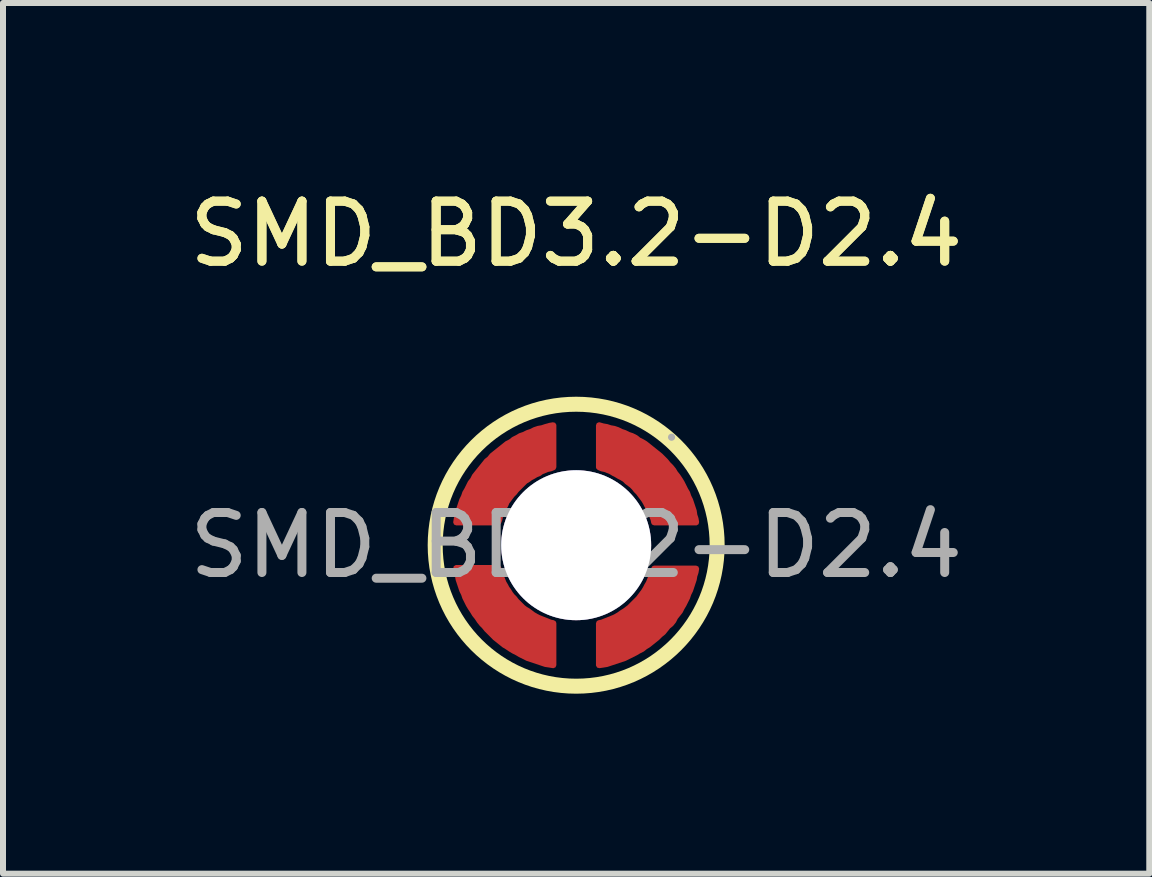
<source format=kicad_pcb>
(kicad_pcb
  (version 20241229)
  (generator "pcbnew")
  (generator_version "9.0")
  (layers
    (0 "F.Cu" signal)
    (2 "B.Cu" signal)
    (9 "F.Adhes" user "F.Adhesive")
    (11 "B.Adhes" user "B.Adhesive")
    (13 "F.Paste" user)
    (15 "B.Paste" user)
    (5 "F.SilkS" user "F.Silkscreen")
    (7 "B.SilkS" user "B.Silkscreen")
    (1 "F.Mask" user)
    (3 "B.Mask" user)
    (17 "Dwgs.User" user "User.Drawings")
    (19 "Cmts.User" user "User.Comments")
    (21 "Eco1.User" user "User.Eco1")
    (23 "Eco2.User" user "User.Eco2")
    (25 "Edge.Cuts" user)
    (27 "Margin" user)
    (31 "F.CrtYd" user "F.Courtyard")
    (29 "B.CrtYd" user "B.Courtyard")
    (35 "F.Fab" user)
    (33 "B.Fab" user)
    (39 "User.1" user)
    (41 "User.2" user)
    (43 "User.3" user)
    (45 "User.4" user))
  (footprint "SMD_BD3.2-D2.4"
    (layer "F.Cu")
    (at 6.554 6.038)
    (property "Reference" "SMD_BD3.2-D2.4" (at 0 -5.19 0) (layer "F.SilkS") (effects (font (size 1 1) (thickness 0.15))))
    (attr smd)
    (fp_circle (center 0 0) (end 2.35 0) (stroke (width 0.25) (type solid)) (fill no) (layer "F.SilkS"))
    (fp_circle (center 0 0) (end 0.6 0) (stroke (width 1.2) (type solid)) (fill no) (layer "Cmts.User"))
    (fp_circle (center 1.59 -1.8) (end 1.62 -1.8) (stroke (width 0.06) (type solid)) (fill no) (layer "F.Fab"))
    (fp_text user "${REFERENCE}" (at 0 -5.19 0) (layer "F.SilkS") (effects (font (size 1 1) (thickness 0.15))))
    (fp_text user "${REFERENCE}" (at 0 0 0) (layer "F.Fab") (effects (font (size 1 1) (thickness 0.15))))
    (pad "" thru_hole circle (at 0 0) (size 2.5 2.5) (drill 2.5) (layers "*.Cu" "*.Mask"))
    (pad "1" smd custom (at -1.19 1.16) (size 0.01 0.01) (layers "F.Cu" "F.Mask" "F.Paste") (options (anchor circle)) (primitives (gr_poly (pts (xy -0.11 -0.78) (xy -0.09 -0.72) (xy -0.08 -0.68) (xy -0.06 -0.63) (xy -0.04 -0.58) (xy -0.02 -0.53) (xy 0.01 -0.48) (xy 0.03 -0.44) (xy 0.06 -0.4) (xy 0.09 -0.35) (xy 0.12 -0.31) (xy 0.16 -0.27) (xy 0.19 -0.23) (xy 0.23 -0.19) (xy 0.26 -0.16) (xy 0.3 -0.12) (xy 0.34 -0.09) (xy 0.39 -0.06) (xy 0.43 -0.03) (xy 0.47 0) (xy 0.52 0.03) (xy 0.56 0.05) (xy 0.61 0.07) (xy 0.66 0.09) (xy 0.71 0.11) (xy 0.76 0.13) (xy 0.81 0.14) (xy 0.81 0.84) (xy 0.75 0.83) (xy 0.68 0.82) (xy 0.62 0.8) (xy 0.56 0.78) (xy 0.5 0.76) (xy 0.44 0.74) (xy 0.38 0.72) (xy 0.32 0.69) (xy 0.26 0.66) (xy 0.21 0.63) (xy 0.15 0.6) (xy 0.1 0.57) (xy 0.04 0.53) (xy -0.01 0.5) (xy -0.06 0.46) (xy -0.11 0.42) (xy -0.16 0.38) (xy -0.21 0.33) (xy -0.25 0.29) (xy -0.3 0.24) (xy -0.34 0.19) (xy -0.38 0.15) (xy -0.42 0.1) (xy -0.46 0.04) (xy -0.5 -0.01) (xy -0.53 -0.06) (xy -0.57 -0.12) (xy -0.6 -0.17) (xy -0.63 -0.23) (xy -0.66 -0.29) (xy -0.68 -0.35) (xy -0.71 -0.41) (xy -0.73 -0.47) (xy -0.75 -0.53) (xy -0.77 -0.59) (xy -0.78 -0.65) (xy -0.8 -0.71) (xy -0.81 -0.78) (xy -0.11 -0.78)) (width 0.1) (fill yes))))
    (pad "1" smd custom (at -1.16 -1.19) (size 0.01 0.01) (layers "F.Cu" "F.Mask" "F.Paste") (options (anchor circle)) (primitives (gr_poly (pts (xy 0.78 -0.11) (xy 0.73 -0.09) (xy 0.68 -0.08) (xy 0.63 -0.06) (xy 0.58 -0.04) (xy 0.54 -0.01) (xy 0.49 0.01) (xy 0.44 0.04) (xy 0.4 0.06) (xy 0.36 0.09) (xy 0.31 0.12) (xy 0.27 0.16) (xy 0.24 0.19) (xy 0.2 0.23) (xy 0.16 0.27) (xy 0.13 0.31) (xy 0.09 0.35) (xy 0.06 0.39) (xy 0.03 0.43) (xy 0 0.47) (xy -0.02 0.52) (xy -0.05 0.57) (xy -0.07 0.61) (xy -0.09 0.66) (xy -0.11 0.71) (xy -0.12 0.76) (xy -0.14 0.81) (xy -0.84 0.81) (xy -0.83 0.75) (xy -0.81 0.69) (xy -0.8 0.62) (xy -0.78 0.56) (xy -0.76 0.5) (xy -0.74 0.44) (xy -0.71 0.38) (xy -0.69 0.32) (xy -0.66 0.27) (xy -0.63 0.21) (xy -0.6 0.15) (xy -0.56 0.1) (xy -0.53 0.04) (xy -0.49 -0.01) (xy -0.45 -0.06) (xy -0.41 -0.11) (xy -0.37 -0.16) (xy -0.33 -0.21) (xy -0.28 -0.25) (xy -0.24 -0.3) (xy -0.19 -0.34) (xy -0.14 -0.38) (xy -0.09 -0.42) (xy -0.04 -0.46) (xy 0.01 -0.5) (xy 0.07 -0.53) (xy 0.12 -0.57) (xy 0.18 -0.6) (xy 0.23 -0.63) (xy 0.29 -0.65) (xy 0.35 -0.68) (xy 0.41 -0.7) (xy 0.47 -0.73) (xy 0.53 -0.75) (xy 0.59 -0.76) (xy 0.65 -0.78) (xy 0.72 -0.8) (xy 0.78 -0.81) (xy 0.78 -0.11)) (width 0.1) (fill yes))))
    (pad "1" smd custom (at 1.16 1.19) (size 0.01 0.01) (layers "F.Cu" "F.Mask" "F.Paste") (options (anchor circle)) (primitives (gr_poly (pts (xy -0.78 0.11) (xy -0.73 0.1) (xy -0.68 0.08) (xy -0.63 0.06) (xy -0.58 0.04) (xy -0.53 0.02) (xy -0.49 0) (xy -0.44 -0.03) (xy -0.4 -0.06) (xy -0.35 -0.09) (xy -0.31 -0.12) (xy -0.27 -0.15) (xy -0.23 -0.19) (xy -0.2 -0.22) (xy -0.16 -0.26) (xy -0.12 -0.3) (xy -0.09 -0.34) (xy -0.06 -0.38) (xy -0.03 -0.42) (xy 0 -0.47) (xy 0.02 -0.51) (xy 0.05 -0.56) (xy 0.07 -0.61) (xy 0.09 -0.66) (xy 0.11 -0.7) (xy 0.13 -0.75) (xy 0.14 -0.8) (xy 0.84 -0.8) (xy 0.83 -0.74) (xy 0.81 -0.68) (xy 0.8 -0.62) (xy 0.78 -0.56) (xy 0.76 -0.5) (xy 0.74 -0.44) (xy 0.71 -0.38) (xy 0.69 -0.32) (xy 0.66 -0.26) (xy 0.63 -0.2) (xy 0.6 -0.15) (xy 0.57 -0.09) (xy 0.53 -0.04) (xy 0.49 0.01) (xy 0.46 0.07) (xy 0.42 0.12) (xy 0.37 0.16) (xy 0.33 0.21) (xy 0.29 0.26) (xy 0.24 0.3) (xy 0.19 0.35) (xy 0.14 0.39) (xy 0.09 0.43) (xy 0.04 0.47) (xy -0.01 0.5) (xy -0.06 0.54) (xy -0.12 0.57) (xy -0.17 0.6) (xy -0.23 0.63) (xy -0.29 0.66) (xy -0.35 0.69) (xy -0.41 0.71) (xy -0.47 0.73) (xy -0.53 0.75) (xy -0.59 0.77) (xy -0.65 0.79) (xy -0.71 0.8) (xy -0.78 0.81) (xy -0.78 0.11)) (width 0.1) (fill yes))))
    (pad "1" smd custom (at 1.19 -1.16) (size 0.01 0.01) (layers "F.Cu" "F.Mask" "F.Paste") (options (anchor circle)) (primitives (gr_poly (pts (xy 0.11 0.78) (xy 0.1 0.73) (xy 0.08 0.68) (xy 0.06 0.63) (xy 0.04 0.58) (xy 0.02 0.54) (xy -0.01 0.49) (xy -0.03 0.45) (xy -0.06 0.4) (xy -0.09 0.36) (xy -0.12 0.32) (xy -0.15 0.28) (xy -0.19 0.24) (xy -0.22 0.2) (xy -0.26 0.16) (xy -0.3 0.13) (xy -0.34 0.1) (xy -0.38 0.06) (xy -0.43 0.03) (xy -0.47 0.01) (xy -0.52 -0.02) (xy -0.56 -0.04) (xy -0.61 -0.07) (xy -0.66 -0.09) (xy -0.71 -0.11) (xy -0.76 -0.12) (xy -0.81 -0.14) (xy -0.81 -0.84) (xy -0.74 -0.82) (xy -0.68 -0.81) (xy -0.62 -0.79) (xy -0.56 -0.78) (xy -0.5 -0.76) (xy -0.44 -0.73) (xy -0.38 -0.71) (xy -0.32 -0.68) (xy -0.26 -0.66) (xy -0.2 -0.63) (xy -0.15 -0.59) (xy -0.09 -0.56) (xy -0.04 -0.53) (xy 0.01 -0.49) (xy 0.06 -0.45) (xy 0.11 -0.41) (xy 0.16 -0.37) (xy 0.21 -0.33) (xy 0.26 -0.28) (xy 0.3 -0.24) (xy 0.34 -0.19) (xy 0.39 -0.14) (xy 0.43 -0.09) (xy 0.46 -0.04) (xy 0.5 0.01) (xy 0.54 0.07) (xy 0.57 0.12) (xy 0.6 0.18) (xy 0.63 0.24) (xy 0.66 0.29) (xy 0.68 0.35) (xy 0.71 0.41) (xy 0.73 0.47) (xy 0.75 0.53) (xy 0.77 0.59) (xy 0.78 0.66) (xy 0.8 0.72) (xy 0.81 0.78) (xy 0.11 0.78)) (width 0.1) (fill yes)))))
  (gr_rect
    (start -3 -3)
    (end 16.107 11.513)
    (stroke (width 0.1) (type default))
    (fill no)
    (layer "Edge.Cuts")))
</source>
